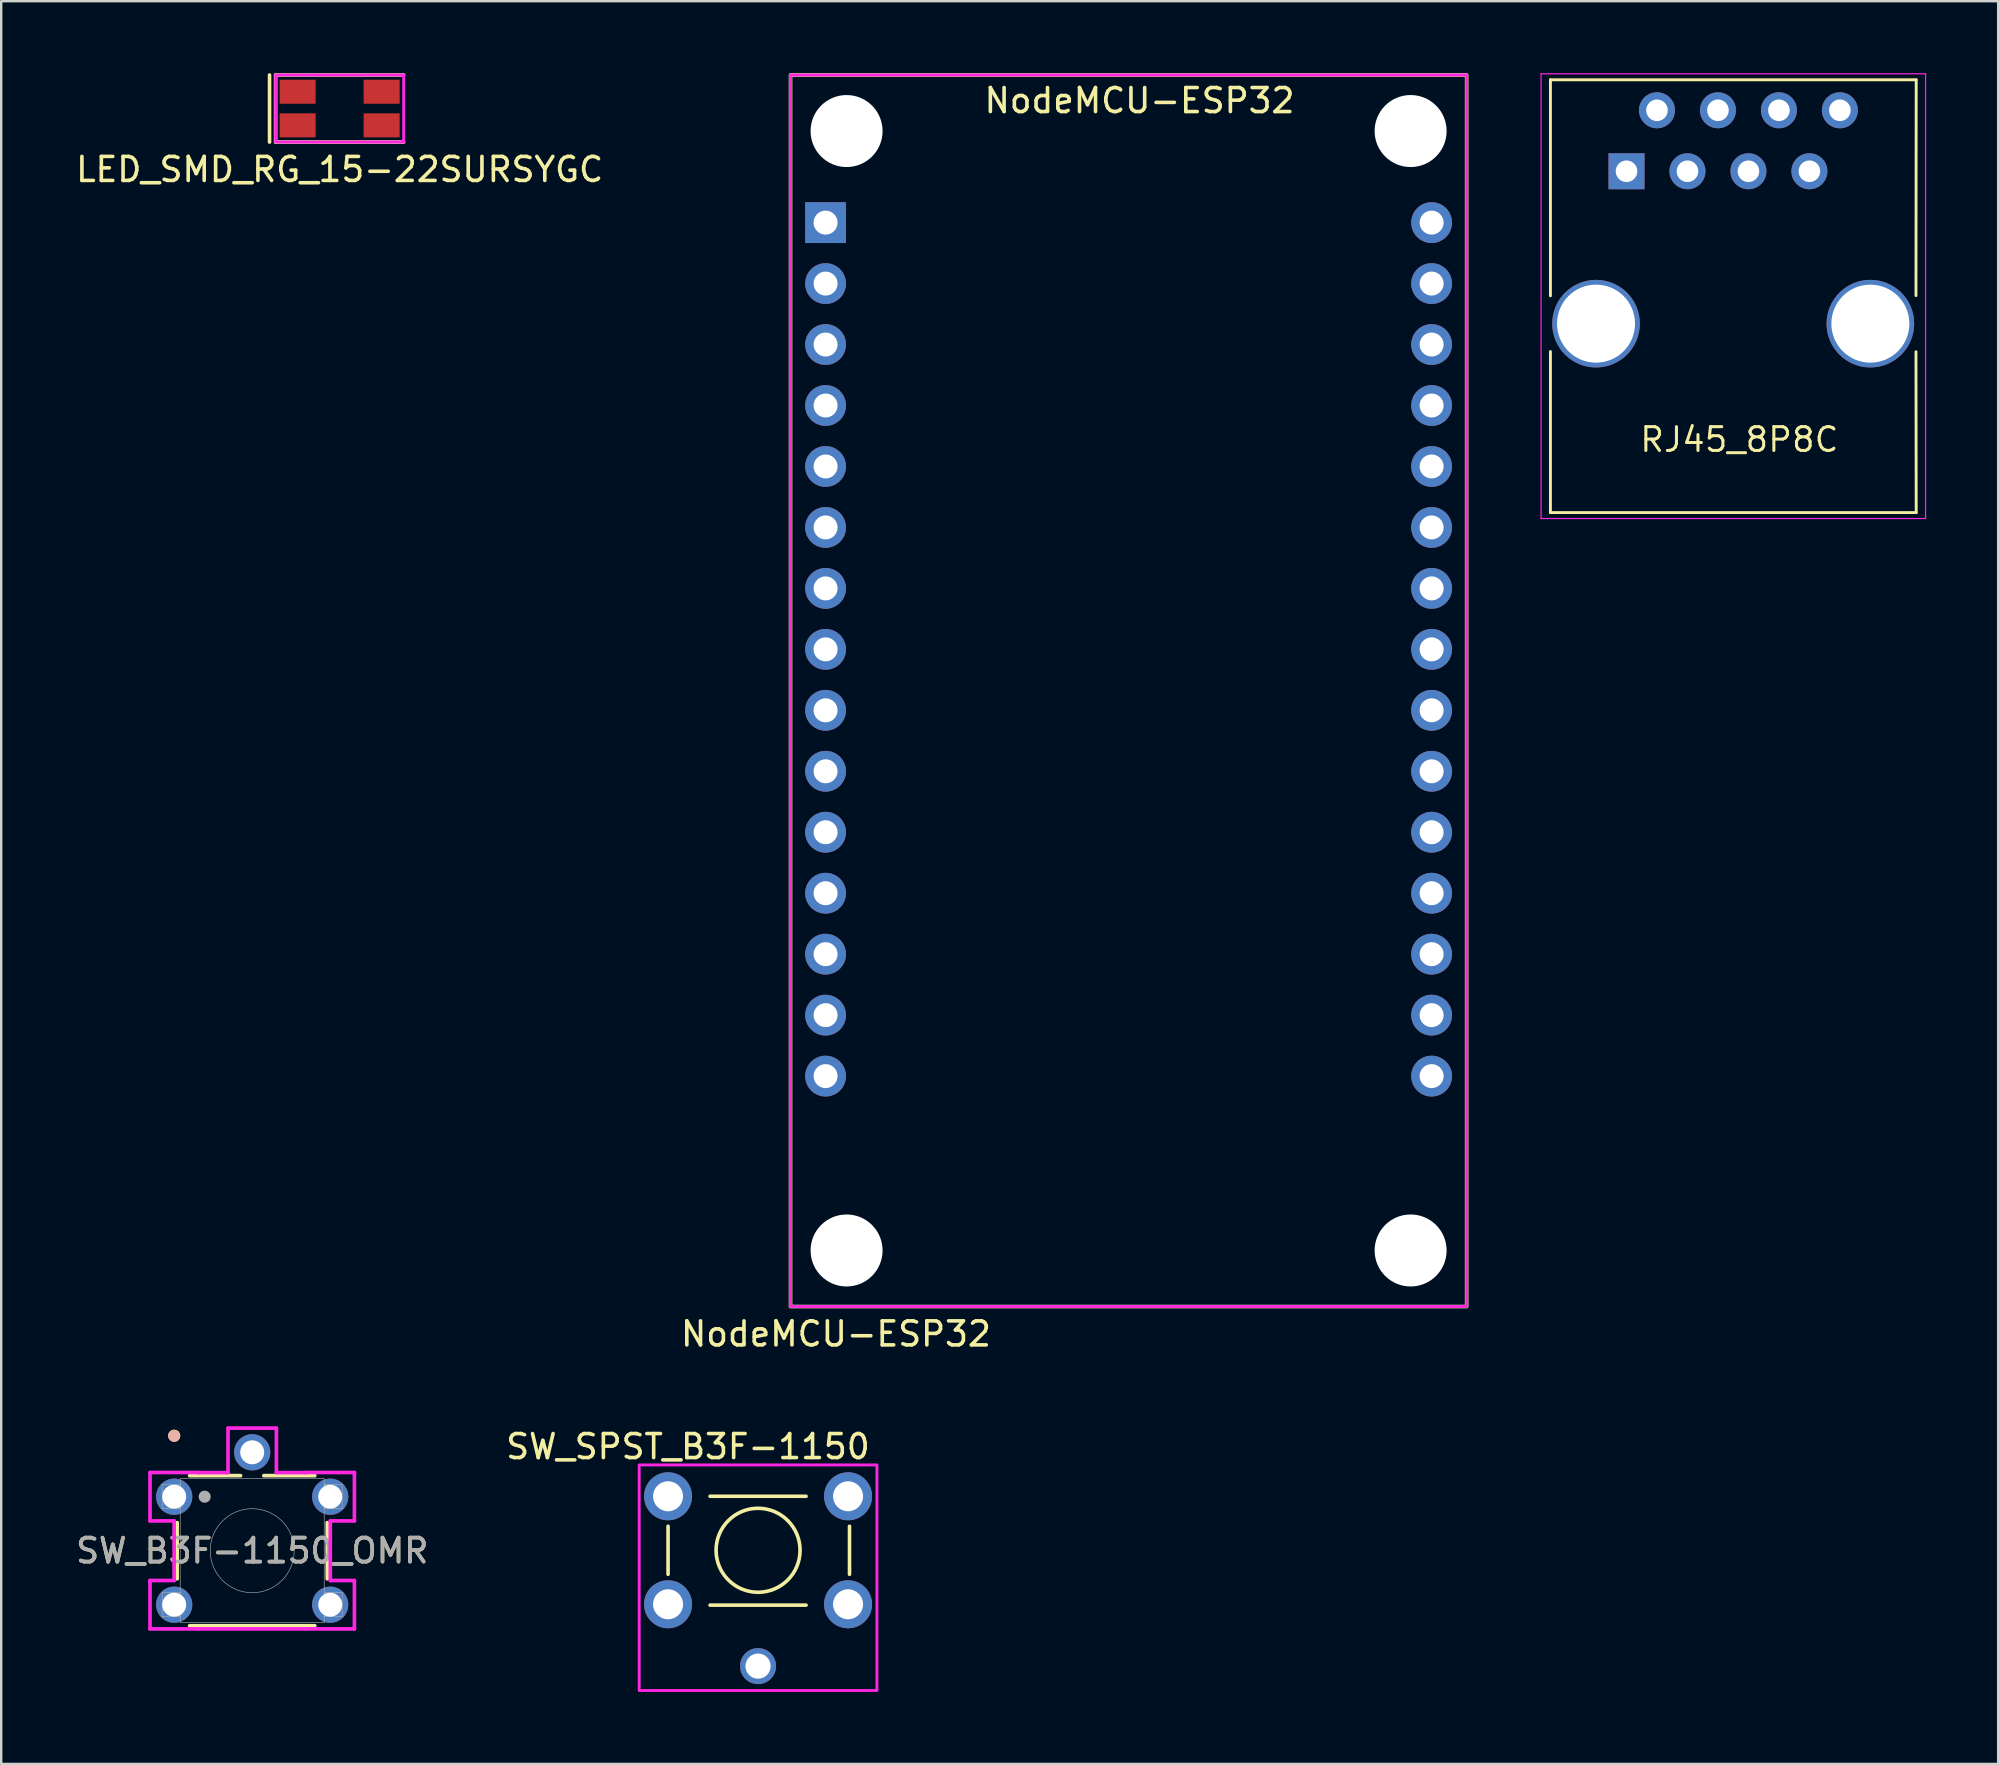
<source format=kicad_pcb>
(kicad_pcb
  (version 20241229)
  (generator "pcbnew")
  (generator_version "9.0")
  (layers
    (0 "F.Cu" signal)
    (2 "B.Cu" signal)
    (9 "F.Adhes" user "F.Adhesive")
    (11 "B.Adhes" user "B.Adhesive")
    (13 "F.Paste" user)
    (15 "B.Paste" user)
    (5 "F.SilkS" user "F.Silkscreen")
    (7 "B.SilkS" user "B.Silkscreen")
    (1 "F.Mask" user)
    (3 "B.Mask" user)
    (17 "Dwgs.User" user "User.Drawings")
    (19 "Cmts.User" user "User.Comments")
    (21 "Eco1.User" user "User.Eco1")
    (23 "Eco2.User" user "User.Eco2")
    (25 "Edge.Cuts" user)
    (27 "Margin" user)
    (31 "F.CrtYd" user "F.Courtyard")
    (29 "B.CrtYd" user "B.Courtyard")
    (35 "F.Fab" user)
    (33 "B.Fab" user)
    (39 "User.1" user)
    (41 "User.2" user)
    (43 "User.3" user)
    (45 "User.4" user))
  (footprint "NodeMCU-ESP32"
    (layer "F.Cu")
    (at 43.972 25.73)
    (property "Reference" "NodeMCU-ESP32" (at -12.192 26.797 0) (unlocked yes) (layer "F.SilkS") (effects (font (size 1 1) (thickness 0.15))))
    (attr smd)
    (fp_rect (start -14.085 -25.655) (end 14.085 25.655) (stroke (width 0.15) (type default)) (fill no) (layer "F.SilkS"))
    (fp_rect (start -14.085 -25.655) (end 14.085 25.655) (stroke (width 0.12) (type default)) (fill no) (layer "F.CrtYd"))
    (fp_text user "NodeMCU-ESP32" (at -6.096 -24.003 0) (unlocked yes) (layer "F.SilkS") (effects (font (size 1 1) (thickness 0.15)) (justify left bottom)))
    (pad "" np_thru_hole circle (at -11.75 -23.32) (size 3 3) (drill 3) (layers "*.Cu" "*.Mask"))
    (pad "" np_thru_hole circle (at -11.75 23.32) (size 3 3) (drill 3) (layers "*.Cu" "*.Mask"))
    (pad "" np_thru_hole circle (at 11.75 -23.32) (size 3 3) (drill 3) (layers "*.Cu" "*.Mask"))
    (pad "" np_thru_hole circle (at 11.75 23.32) (size 3 3) (drill 3) (layers "*.Cu" "*.Mask"))
    (pad "1" thru_hole rect (at -12.625 -19.505) (size 1.7 1.7) (drill 1) (layers "*.Cu" "*.Mask"))
    (pad "2" thru_hole circle (at -12.625 -16.965) (size 1.7 1.7) (drill 1) (layers "*.Cu" "*.Mask"))
    (pad "3" thru_hole circle (at -12.625 -14.425) (size 1.7 1.7) (drill 1) (layers "*.Cu" "*.Mask"))
    (pad "4" thru_hole circle (at -12.625 -11.885) (size 1.7 1.7) (drill 1) (layers "*.Cu" "*.Mask"))
    (pad "5" thru_hole circle (at -12.625 -9.345) (size 1.7 1.7) (drill 1) (layers "*.Cu" "*.Mask"))
    (pad "6" thru_hole circle (at -12.625 -6.805) (size 1.7 1.7) (drill 1) (layers "*.Cu" "*.Mask"))
    (pad "7" thru_hole circle (at -12.625 -4.265) (size 1.7 1.7) (drill 1) (layers "*.Cu" "*.Mask"))
    (pad "8" thru_hole circle (at -12.625 -1.725) (size 1.7 1.7) (drill 1) (layers "*.Cu" "*.Mask"))
    (pad "9" thru_hole circle (at -12.625 0.815) (size 1.7 1.7) (drill 1) (layers "*.Cu" "*.Mask"))
    (pad "10" thru_hole circle (at -12.625 3.355) (size 1.7 1.7) (drill 1) (layers "*.Cu" "*.Mask"))
    (pad "11" thru_hole circle (at -12.625 5.895) (size 1.7 1.7) (drill 1) (layers "*.Cu" "*.Mask"))
    (pad "12" thru_hole circle (at -12.625 8.435) (size 1.7 1.7) (drill 1) (layers "*.Cu" "*.Mask"))
    (pad "13" thru_hole circle (at -12.625 10.975) (size 1.7 1.7) (drill 1) (layers "*.Cu" "*.Mask"))
    (pad "14" thru_hole circle (at -12.625 13.515) (size 1.7 1.7) (drill 1) (layers "*.Cu" "*.Mask"))
    (pad "15" thru_hole circle (at -12.625 16.055) (size 1.7 1.7) (drill 1) (layers "*.Cu" "*.Mask"))
    (pad "16" thru_hole circle (at 12.625 16.055) (size 1.7 1.7) (drill 1) (layers "*.Cu" "*.Mask"))
    (pad "17" thru_hole circle (at 12.625 13.515) (size 1.7 1.7) (drill 1) (layers "*.Cu" "*.Mask"))
    (pad "18" thru_hole circle (at 12.625 10.975) (size 1.7 1.7) (drill 1) (layers "*.Cu" "*.Mask"))
    (pad "19" thru_hole circle (at 12.625 8.435) (size 1.7 1.7) (drill 1) (layers "*.Cu" "*.Mask"))
    (pad "20" thru_hole circle (at 12.625 5.895) (size 1.7 1.7) (drill 1) (layers "*.Cu" "*.Mask"))
    (pad "21" thru_hole circle (at 12.625 3.355) (size 1.7 1.7) (drill 1) (layers "*.Cu" "*.Mask"))
    (pad "22" thru_hole circle (at 12.625 0.815) (size 1.7 1.7) (drill 1) (layers "*.Cu" "*.Mask"))
    (pad "23" thru_hole circle (at 12.625 -1.725) (size 1.7 1.7) (drill 1) (layers "*.Cu" "*.Mask"))
    (pad "24" thru_hole circle (at 12.625 -4.265) (size 1.7 1.7) (drill 1) (layers "*.Cu" "*.Mask"))
    (pad "25" thru_hole circle (at 12.625 -6.805) (size 1.7 1.7) (drill 1) (layers "*.Cu" "*.Mask"))
    (pad "26" thru_hole circle (at 12.625 -9.345) (size 1.7 1.7) (drill 1) (layers "*.Cu" "*.Mask"))
    (pad "27" thru_hole circle (at 12.625 -11.885) (size 1.7 1.7) (drill 1) (layers "*.Cu" "*.Mask"))
    (pad "28" thru_hole circle (at 12.625 -14.425) (size 1.7 1.7) (drill 1) (layers "*.Cu" "*.Mask"))
    (pad "29" thru_hole circle (at 12.625 -16.965) (size 1.7 1.7) (drill 1) (layers "*.Cu" "*.Mask"))
    (pad "30" thru_hole circle (at 12.625 -19.505) (size 1.7 1.7) (drill 1) (layers "*.Cu" "*.Mask")))
  (footprint "SW_SPST_B3F-1150"
    (layer "F.Cu")
    (at 28.534 61.541)
    (property "Reference" "SW_SPST_B3F-1150" (at -2.921 -4.318 0) (unlocked yes) (layer "F.SilkS") (effects (font (size 1 1) (thickness 0.15))))
    (attr through_hole)
    (fp_line (start -3.75 -1) (end -3.75 1) (stroke (width 0.15) (type default)) (layer "F.SilkS"))
    (fp_line (start -2 -2.25) (end 2 -2.25) (stroke (width 0.15) (type default)) (layer "F.SilkS"))
    (fp_line (start -2 2.286) (end 2 2.286) (stroke (width 0.15) (type default)) (layer "F.SilkS"))
    (fp_line (start 3.81 -1) (end 3.81 1) (stroke (width 0.15) (type default)) (layer "F.SilkS"))
    (fp_circle (center 0 0) (end 1.75 0) (stroke (width 0.15) (type default)) (fill no) (layer "F.SilkS"))
    (fp_rect (start -4.953 -3.556) (end 4.953 5.842) (stroke (width 0.12) (type default)) (fill no) (layer "F.CrtYd"))
    (pad "1" thru_hole circle (at 3.75 2.25) (size 2 2) (drill 1.25) (layers "*.Cu" "*.Mask"))
    (pad "2" thru_hole circle (at -3.75 2.25) (size 2 2) (drill 1.25) (layers "*.Cu" "*.Mask"))
    (pad "3" thru_hole circle (at -3.75 -2.25) (size 2 2) (drill 1.25) (layers "*.Cu" "*.Mask"))
    (pad "3" thru_hole circle (at 3.75 -2.25) (size 2 2) (drill 1.25) (layers "*.Cu" "*.Mask"))
    (pad "4" thru_hole circle (at 0 4.826) (size 1.5 1.5) (drill 1.05) (layers "*.Cu" "*.Mask")))
  (footprint "RJ45_8P8C"
    (layer "F.Cu")
    (at 73.607 1.545)
    (property "Reference" "RJ45_8P8C" (at -4.19 13.72 0) (layer "F.SilkS") (effects (font (size 0.991 0.991) (thickness 0.127))))
    (attr through_hole)
    (fp_line (start -12.06 -1.27) (end -12.06 7.73) (stroke (width 0.12) (type solid)) (layer "F.SilkS"))
    (fp_line (start -12.06 10.05) (end -12.06 16.76) (stroke (width 0.12) (type solid)) (layer "F.SilkS"))
    (fp_line (start -12.06 16.76) (end 3.18 16.76) (stroke (width 0.12) (type solid)) (layer "F.SilkS"))
    (fp_line (start 3.17 10.06) (end 3.18 16.76) (stroke (width 0.12) (type solid)) (layer "F.SilkS"))
    (fp_line (start 3.18 -1.27) (end -12.06 -1.27) (stroke (width 0.12) (type solid)) (layer "F.SilkS"))
    (fp_line (start 3.18 -1.27) (end 3.17 7.72) (stroke (width 0.12) (type solid)) (layer "F.SilkS"))
    (fp_line (start -12.45 -1.52) (end -12.45 17.01) (stroke (width 0.05) (type solid)) (layer "F.CrtYd"))
    (fp_line (start -12.45 -1.52) (end 3.57 -1.52) (stroke (width 0.05) (type solid)) (layer "F.CrtYd"))
    (fp_line (start 3.57 17.01) (end -12.45 17.01) (stroke (width 0.05) (type solid)) (layer "F.CrtYd"))
    (fp_line (start 3.57 17.01) (end 3.57 -1.52) (stroke (width 0.05) (type solid)) (layer "F.CrtYd"))
    (pad "" np_thru_hole circle (at -10.16 8.89) (size 3.65 3.65) (drill 3.25) (layers "*.Cu" "*.Mask"))
    (pad "" np_thru_hole circle (at 1.27 8.89) (size 3.65 3.65) (drill 3.25) (layers "*.Cu" "*.Mask"))
    (pad "1" thru_hole rect (at -8.89 2.54) (size 1.5 1.5) (drill 0.9) (layers "*.Cu" "*.Mask"))
    (pad "2" thru_hole circle (at -7.62 0) (size 1.5 1.5) (drill 0.9) (layers "*.Cu" "*.Mask"))
    (pad "3" thru_hole circle (at -6.35 2.54) (size 1.5 1.5) (drill 0.9) (layers "*.Cu" "*.Mask"))
    (pad "4" thru_hole circle (at -5.08 0) (size 1.5 1.5) (drill 0.9) (layers "*.Cu" "*.Mask"))
    (pad "5" thru_hole circle (at -3.81 2.54) (size 1.5 1.5) (drill 0.9) (layers "*.Cu" "*.Mask"))
    (pad "6" thru_hole circle (at -2.54 0) (size 1.5 1.5) (drill 0.9) (layers "*.Cu" "*.Mask"))
    (pad "7" thru_hole circle (at -1.27 2.54) (size 1.5 1.5) (drill 0.9) (layers "*.Cu" "*.Mask"))
    (pad "8" thru_hole circle (at 0 0) (size 1.5 1.5) (drill 0.9) (layers "*.Cu" "*.Mask")))
  (footprint "SW_B3F-1150_OMR"
    (layer "F.Cu")
    (at 4.208 59.309)
    (property "Reference" "SW_B3F-1150_OMR" (at 3.25 2.25 0) (unlocked yes) (layer "F.SilkS") (effects (font (size 1 1) (thickness 0.15))))
    (attr through_hole)
    (fp_line (start 0.123 1.08) (end 0.123 3.42) (stroke (width 0.152) (type solid)) (layer "F.SilkS"))
    (fp_line (start 0.642 5.377) (end 5.858 5.377) (stroke (width 0.152) (type solid)) (layer "F.SilkS"))
    (fp_line (start 2.766 -0.877) (end 0.642 -0.877) (stroke (width 0.152) (type solid)) (layer "F.SilkS"))
    (fp_line (start 5.858 -0.877) (end 3.734 -0.877) (stroke (width 0.152) (type solid)) (layer "F.SilkS"))
    (fp_line (start 6.377 3.42) (end 6.377 1.08) (stroke (width 0.152) (type solid)) (layer "F.SilkS"))
    (fp_circle (center 0 -2.54) (end 0.127 -2.54) (stroke (width 0.254) (type solid)) (fill no) (layer "F.SilkS"))
    (fp_circle (center 0 -2.54) (end 0.127 -2.54) (stroke (width 0.254) (type solid)) (fill no) (layer "B.SilkS"))
    (fp_line (start -1.008 -1.008) (end -1.008 1.008) (stroke (width 0.152) (type solid)) (layer "F.CrtYd"))
    (fp_line (start -1.008 1.008) (end -0.004 1.008) (stroke (width 0.152) (type solid)) (layer "F.CrtYd"))
    (fp_line (start -1.008 3.492) (end -1.008 5.508) (stroke (width 0.152) (type solid)) (layer "F.CrtYd"))
    (fp_line (start -1.008 5.508) (end 1.008 5.508) (stroke (width 0.152) (type solid)) (layer "F.CrtYd"))
    (fp_line (start -0.004 1.008) (end -0.004 3.492) (stroke (width 0.152) (type solid)) (layer "F.CrtYd"))
    (fp_line (start -0.004 3.492) (end -1.008 3.492) (stroke (width 0.152) (type solid)) (layer "F.CrtYd"))
    (fp_line (start 1.008 -1.008) (end -1.008 -1.008) (stroke (width 0.152) (type solid)) (layer "F.CrtYd"))
    (fp_line (start 1.008 -1.004) (end 1.008 -1.008) (stroke (width 0.152) (type solid)) (layer "F.CrtYd"))
    (fp_line (start 1.008 5.508) (end 1.008 5.508) (stroke (width 0.152) (type solid)) (layer "F.CrtYd"))
    (fp_line (start 1.008 5.508) (end 5.492 5.508) (stroke (width 0.152) (type solid)) (layer "F.CrtYd"))
    (fp_line (start 2.242 -2.858) (end 2.242 -1.004) (stroke (width 0.152) (type solid)) (layer "F.CrtYd"))
    (fp_line (start 2.242 -1.004) (end 1.008 -1.004) (stroke (width 0.152) (type solid)) (layer "F.CrtYd"))
    (fp_line (start 4.258 -2.858) (end 2.242 -2.858) (stroke (width 0.152) (type solid)) (layer "F.CrtYd"))
    (fp_line (start 4.258 -1.004) (end 4.258 -2.858) (stroke (width 0.152) (type solid)) (layer "F.CrtYd"))
    (fp_line (start 5.492 -1.008) (end 5.492 -1.004) (stroke (width 0.152) (type solid)) (layer "F.CrtYd"))
    (fp_line (start 5.492 -1.004) (end 4.258 -1.004) (stroke (width 0.152) (type solid)) (layer "F.CrtYd"))
    (fp_line (start 5.492 5.508) (end 5.492 5.508) (stroke (width 0.152) (type solid)) (layer "F.CrtYd"))
    (fp_line (start 5.492 5.508) (end 7.508 5.508) (stroke (width 0.152) (type solid)) (layer "F.CrtYd"))
    (fp_line (start 6.504 1.008) (end 7.508 1.008) (stroke (width 0.152) (type solid)) (layer "F.CrtYd"))
    (fp_line (start 6.504 3.492) (end 6.504 1.008) (stroke (width 0.152) (type solid)) (layer "F.CrtYd"))
    (fp_line (start 7.508 -1.008) (end 5.492 -1.008) (stroke (width 0.152) (type solid)) (layer "F.CrtYd"))
    (fp_line (start 7.508 1.008) (end 7.508 -1.008) (stroke (width 0.152) (type solid)) (layer "F.CrtYd"))
    (fp_line (start 7.508 3.492) (end 6.504 3.492) (stroke (width 0.152) (type solid)) (layer "F.CrtYd"))
    (fp_line (start 7.508 5.508) (end 7.508 3.492) (stroke (width 0.152) (type solid)) (layer "F.CrtYd"))
    (fp_line (start -0.5 -0.5) (end -0.5 0.5) (stroke (width 0.025) (type solid)) (layer "F.Fab"))
    (fp_line (start -0.5 0.5) (end 0.25 0.5) (stroke (width 0.025) (type solid)) (layer "F.Fab"))
    (fp_line (start -0.5 4) (end -0.5 5) (stroke (width 0.025) (type solid)) (layer "F.Fab"))
    (fp_line (start -0.5 5) (end 0.25 5) (stroke (width 0.025) (type solid)) (layer "F.Fab"))
    (fp_line (start 0.25 -0.75) (end 0.25 5.25) (stroke (width 0.025) (type solid)) (layer "F.Fab"))
    (fp_line (start 0.25 5.25) (end 6.25 5.25) (stroke (width 0.025) (type solid)) (layer "F.Fab"))
    (fp_line (start 0.25 -0.5) (end -0.5 -0.5) (stroke (width 0.025) (type solid)) (layer "F.Fab"))
    (fp_line (start 0.25 0.5) (end 0.25 -0.5) (stroke (width 0.025) (type solid)) (layer "F.Fab"))
    (fp_line (start 0.25 4) (end -0.5 4) (stroke (width 0.025) (type solid)) (layer "F.Fab"))
    (fp_line (start 0.25 5) (end 0.25 4) (stroke (width 0.025) (type solid)) (layer "F.Fab"))
    (fp_line (start 6.25 -0.5) (end 6.25 0.5) (stroke (width 0.025) (type solid)) (layer "F.Fab"))
    (fp_line (start 6.25 0.5) (end 7 0.5) (stroke (width 0.025) (type solid)) (layer "F.Fab"))
    (fp_line (start 6.25 4) (end 6.25 5) (stroke (width 0.025) (type solid)) (layer "F.Fab"))
    (fp_line (start 6.25 5) (end 7 5) (stroke (width 0.025) (type solid)) (layer "F.Fab"))
    (fp_line (start 6.25 -0.75) (end 0.25 -0.75) (stroke (width 0.025) (type solid)) (layer "F.Fab"))
    (fp_line (start 6.25 5.25) (end 6.25 -0.75) (stroke (width 0.025) (type solid)) (layer "F.Fab"))
    (fp_line (start 7 -0.5) (end 6.25 -0.5) (stroke (width 0.025) (type solid)) (layer "F.Fab"))
    (fp_line (start 7 0.5) (end 7 -0.5) (stroke (width 0.025) (type solid)) (layer "F.Fab"))
    (fp_line (start 7 4) (end 6.25 4) (stroke (width 0.025) (type solid)) (layer "F.Fab"))
    (fp_line (start 7 5) (end 7 4) (stroke (width 0.025) (type solid)) (layer "F.Fab"))
    (fp_circle (center 1.27 0) (end 1.397 0) (stroke (width 0.254) (type solid)) (fill no) (layer "F.Fab"))
    (fp_circle (center 3.25 2.25) (end 5 2.25) (stroke (width 0.025) (type solid)) (fill no) (layer "F.Fab"))
    (fp_text user "${REFERENCE}" (at 3.25 2.25 0) (unlocked yes) (layer "F.Fab") (effects (font (size 1 1) (thickness 0.15))))
    (pad "1" thru_hole circle (at 0 0) (size 1.508 1.508) (drill 1) (layers "*.Cu" "*.Mask"))
    (pad "2" thru_hole circle (at 6.5 0) (size 1.508 1.508) (drill 1) (layers "*.Cu" "*.Mask"))
    (pad "3" thru_hole circle (at 0 4.5) (size 1.508 1.508) (drill 1) (layers "*.Cu" "*.Mask"))
    (pad "4" thru_hole circle (at 6.5 4.5) (size 1.508 1.508) (drill 1) (layers "*.Cu" "*.Mask"))
    (pad "5" thru_hole circle (at 3.25 -1.85) (size 1.508 1.508) (drill 1) (layers "*.Cu" "*.Mask")))
  (footprint "LED_SMD_RG_15-22SURSYGC"
    (layer "F.Cu")
    (at 11.101 1.472)
    (property "Reference" "LED_SMD_RG_15-22SURSYGC" (at 0 2.54 0) (unlocked yes) (layer "F.SilkS") (effects (font (size 1 1) (thickness 0.15))))
    (attr smd)
    (fp_line (start -2.921 -1.397) (end -2.921 1.397) (stroke (width 0.15) (type default)) (layer "F.SilkS"))
    (fp_line (start -2.667 -1.397) (end -2.667 1.397) (stroke (width 0.15) (type default)) (layer "F.SilkS"))
    (fp_line (start -2.667 1.397) (end 2.667 1.397) (stroke (width 0.15) (type default)) (layer "F.SilkS"))
    (fp_line (start 2.667 -1.397) (end -2.667 -1.397) (stroke (width 0.15) (type default)) (layer "F.SilkS"))
    (fp_rect (start -2.667 -1.397) (end 2.667 1.397) (stroke (width 0.12) (type default)) (fill no) (layer "F.CrtYd"))
    (pad "1" smd rect (at -1.75 0.7) (size 1.5 1) (layers "F.Cu" "F.Mask" "F.Paste"))
    (pad "2" smd rect (at -1.75 -0.7) (size 1.5 1) (layers "F.Cu" "F.Mask" "F.Paste"))
    (pad "3" smd rect (at 1.75 -0.7) (size 1.5 1) (layers "F.Cu" "F.Mask" "F.Paste"))
    (pad "4" smd rect (at 1.75 0.7) (size 1.5 1) (layers "F.Cu" "F.Mask" "F.Paste")))
  (gr_rect
    (start -3 -3)
    (end 80.202 70.444)
    (stroke (width 0.1) (type default))
    (fill no)
    (layer "Edge.Cuts")))
</source>
